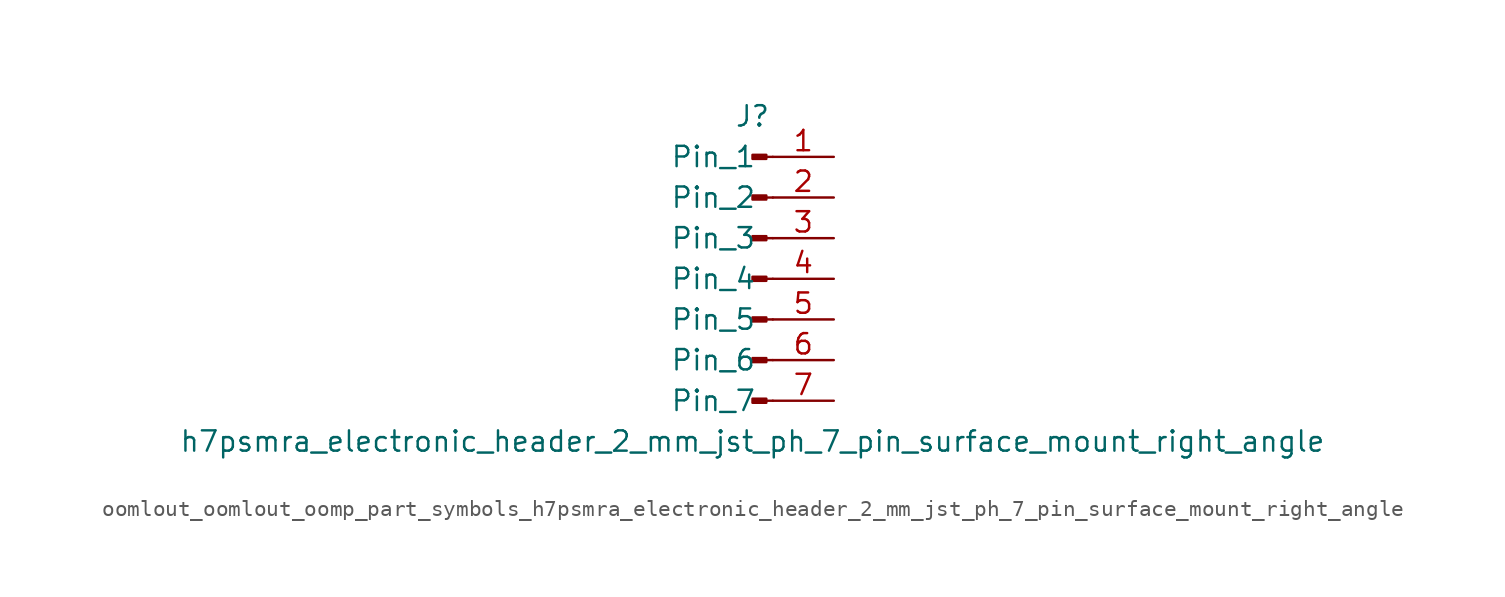
<source format=kicad_sym>
(kicad_symbol_lib
  (version 20220914)
  (generator kicad_symbol_editor)
  (symbol "oomlout_oomlout_oomp_part_symbols_h7psmra_electronic_header_2_mm_jst_ph_7_pin_surface_mount_right_angle"
    (pin_names
      (offset 1.016))
    (property "Reference" "J"
      (at 0 10.16 0)
      (effects (font (size 1.27 1.27))))
    (property "Value" "h7psmra_electronic_header_2_mm_jst_ph_7_pin_surface_mount_right_angle"
      (at 0 -10.16 0)
      (effects (font (size 1.27 1.27))))
    (property "ki_locked" ""
      (at 0 0 0)
      (effects (font (size 1.27 1.27))))
    (symbol "oomlout_oomlout_oomp_part_symbols_h7psmra_electronic_header_2_mm_jst_ph_7_pin_surface_mount_right_angle_1_1"
      (polyline (pts (xy 1.27 -7.62) (xy 0.864 -7.62)) (stroke (width 0.152) (type default)) (fill (type none)))
      (polyline (pts (xy 1.27 -5.08) (xy 0.864 -5.08)) (stroke (width 0.152) (type default)) (fill (type none)))
      (polyline (pts (xy 1.27 -2.54) (xy 0.864 -2.54)) (stroke (width 0.152) (type default)) (fill (type none)))
      (polyline (pts (xy 1.27 0) (xy 0.864 0)) (stroke (width 0.152) (type default)) (fill (type none)))
      (polyline (pts (xy 1.27 2.54) (xy 0.864 2.54)) (stroke (width 0.152) (type default)) (fill (type none)))
      (polyline (pts (xy 1.27 5.08) (xy 0.864 5.08)) (stroke (width 0.152) (type default)) (fill (type none)))
      (polyline (pts (xy 1.27 7.62) (xy 0.864 7.62)) (stroke (width 0.152) (type default)) (fill (type none)))
      (rectangle (start 0.864 -7.493) (end 0 -7.747) (stroke (width 0.152) (type default)) (fill (type outline)))
      (rectangle (start 0.864 -4.953) (end 0 -5.207) (stroke (width 0.152) (type default)) (fill (type outline)))
      (rectangle (start 0.864 -2.413) (end 0 -2.667) (stroke (width 0.152) (type default)) (fill (type outline)))
      (rectangle (start 0.864 0.127) (end 0 -0.127) (stroke (width 0.152) (type default)) (fill (type outline)))
      (rectangle (start 0.864 2.667) (end 0 2.413) (stroke (width 0.152) (type default)) (fill (type outline)))
      (rectangle (start 0.864 5.207) (end 0 4.953) (stroke (width 0.152) (type default)) (fill (type outline)))
      (rectangle (start 0.864 7.747) (end 0 7.493) (stroke (width 0.152) (type default)) (fill (type outline)))
      (pin passive line (at 5.08 7.62 180) (length 3.81) (name "Pin_1" (effects (font (size 1.27 1.27)))) (number "1" (effects (font (size 1.27 1.27)))))
      (pin passive line (at 5.08 5.08 180) (length 3.81) (name "Pin_2" (effects (font (size 1.27 1.27)))) (number "2" (effects (font (size 1.27 1.27)))))
      (pin passive line (at 5.08 2.54 180) (length 3.81) (name "Pin_3" (effects (font (size 1.27 1.27)))) (number "3" (effects (font (size 1.27 1.27)))))
      (pin passive line (at 5.08 0 180) (length 3.81) (name "Pin_4" (effects (font (size 1.27 1.27)))) (number "4" (effects (font (size 1.27 1.27)))))
      (pin passive line (at 5.08 -2.54 180) (length 3.81) (name "Pin_5" (effects (font (size 1.27 1.27)))) (number "5" (effects (font (size 1.27 1.27)))))
      (pin passive line (at 5.08 -5.08 180) (length 3.81) (name "Pin_6" (effects (font (size 1.27 1.27)))) (number "6" (effects (font (size 1.27 1.27)))))
      (pin passive line (at 5.08 -7.62 180) (length 3.81) (name "Pin_7" (effects (font (size 1.27 1.27)))) (number "7" (effects (font (size 1.27 1.27))))))))
</source>
